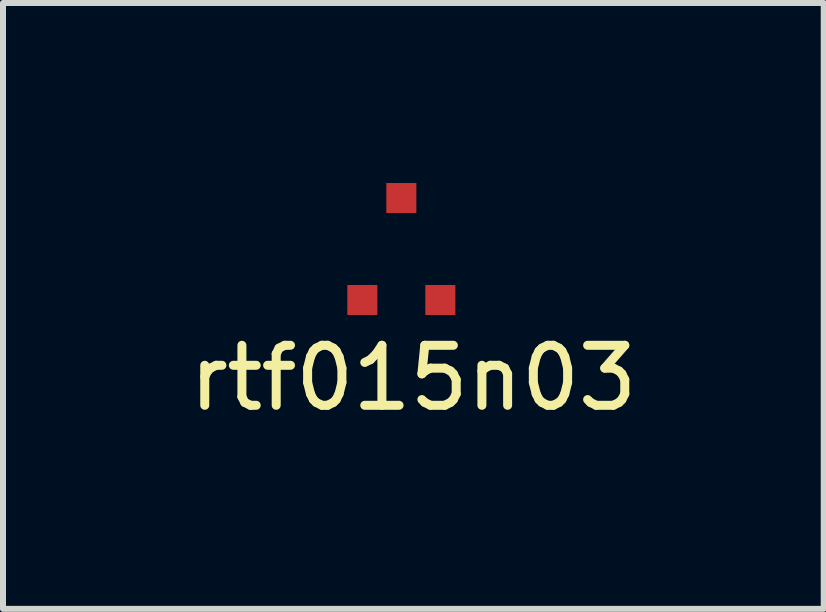
<source format=kicad_pcb>
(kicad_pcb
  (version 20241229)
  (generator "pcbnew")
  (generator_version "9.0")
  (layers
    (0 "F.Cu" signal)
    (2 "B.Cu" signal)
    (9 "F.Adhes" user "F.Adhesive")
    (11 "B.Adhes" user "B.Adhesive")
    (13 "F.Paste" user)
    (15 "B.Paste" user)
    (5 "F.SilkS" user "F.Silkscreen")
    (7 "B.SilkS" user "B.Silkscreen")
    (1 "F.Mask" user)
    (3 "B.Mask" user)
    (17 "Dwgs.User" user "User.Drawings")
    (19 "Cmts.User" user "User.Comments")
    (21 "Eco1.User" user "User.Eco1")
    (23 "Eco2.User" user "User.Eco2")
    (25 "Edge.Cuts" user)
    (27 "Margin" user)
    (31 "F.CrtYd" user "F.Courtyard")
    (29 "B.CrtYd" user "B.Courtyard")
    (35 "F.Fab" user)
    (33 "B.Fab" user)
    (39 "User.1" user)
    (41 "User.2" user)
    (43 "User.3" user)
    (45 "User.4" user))
  (footprint "rtf015n03"
    (layer "F.Cu")
    (at 3.639 0.25)
    (property "Reference" "rtf015n03" (at 0.2 3 0) (layer "F.SilkS") (effects (font (size 1 1) (thickness 0.15))))
    (attr through_hole)
    (pad "1" smd rect (at -0.65 1.7) (size 0.5 0.5) (layers "F.Cu" "F.Mask" "F.Paste"))
    (pad "2" smd rect (at 0.65 1.7) (size 0.5 0.5) (layers "F.Cu" "F.Mask" "F.Paste"))
    (pad "3" smd rect (at 0 0) (size 0.5 0.5) (layers "F.Cu" "F.Mask" "F.Paste")))
  (gr_rect
    (start -3 -3)
    (end 10.679 7.098)
    (stroke (width 0.1) (type default))
    (fill no)
    (layer "Edge.Cuts")))
</source>
